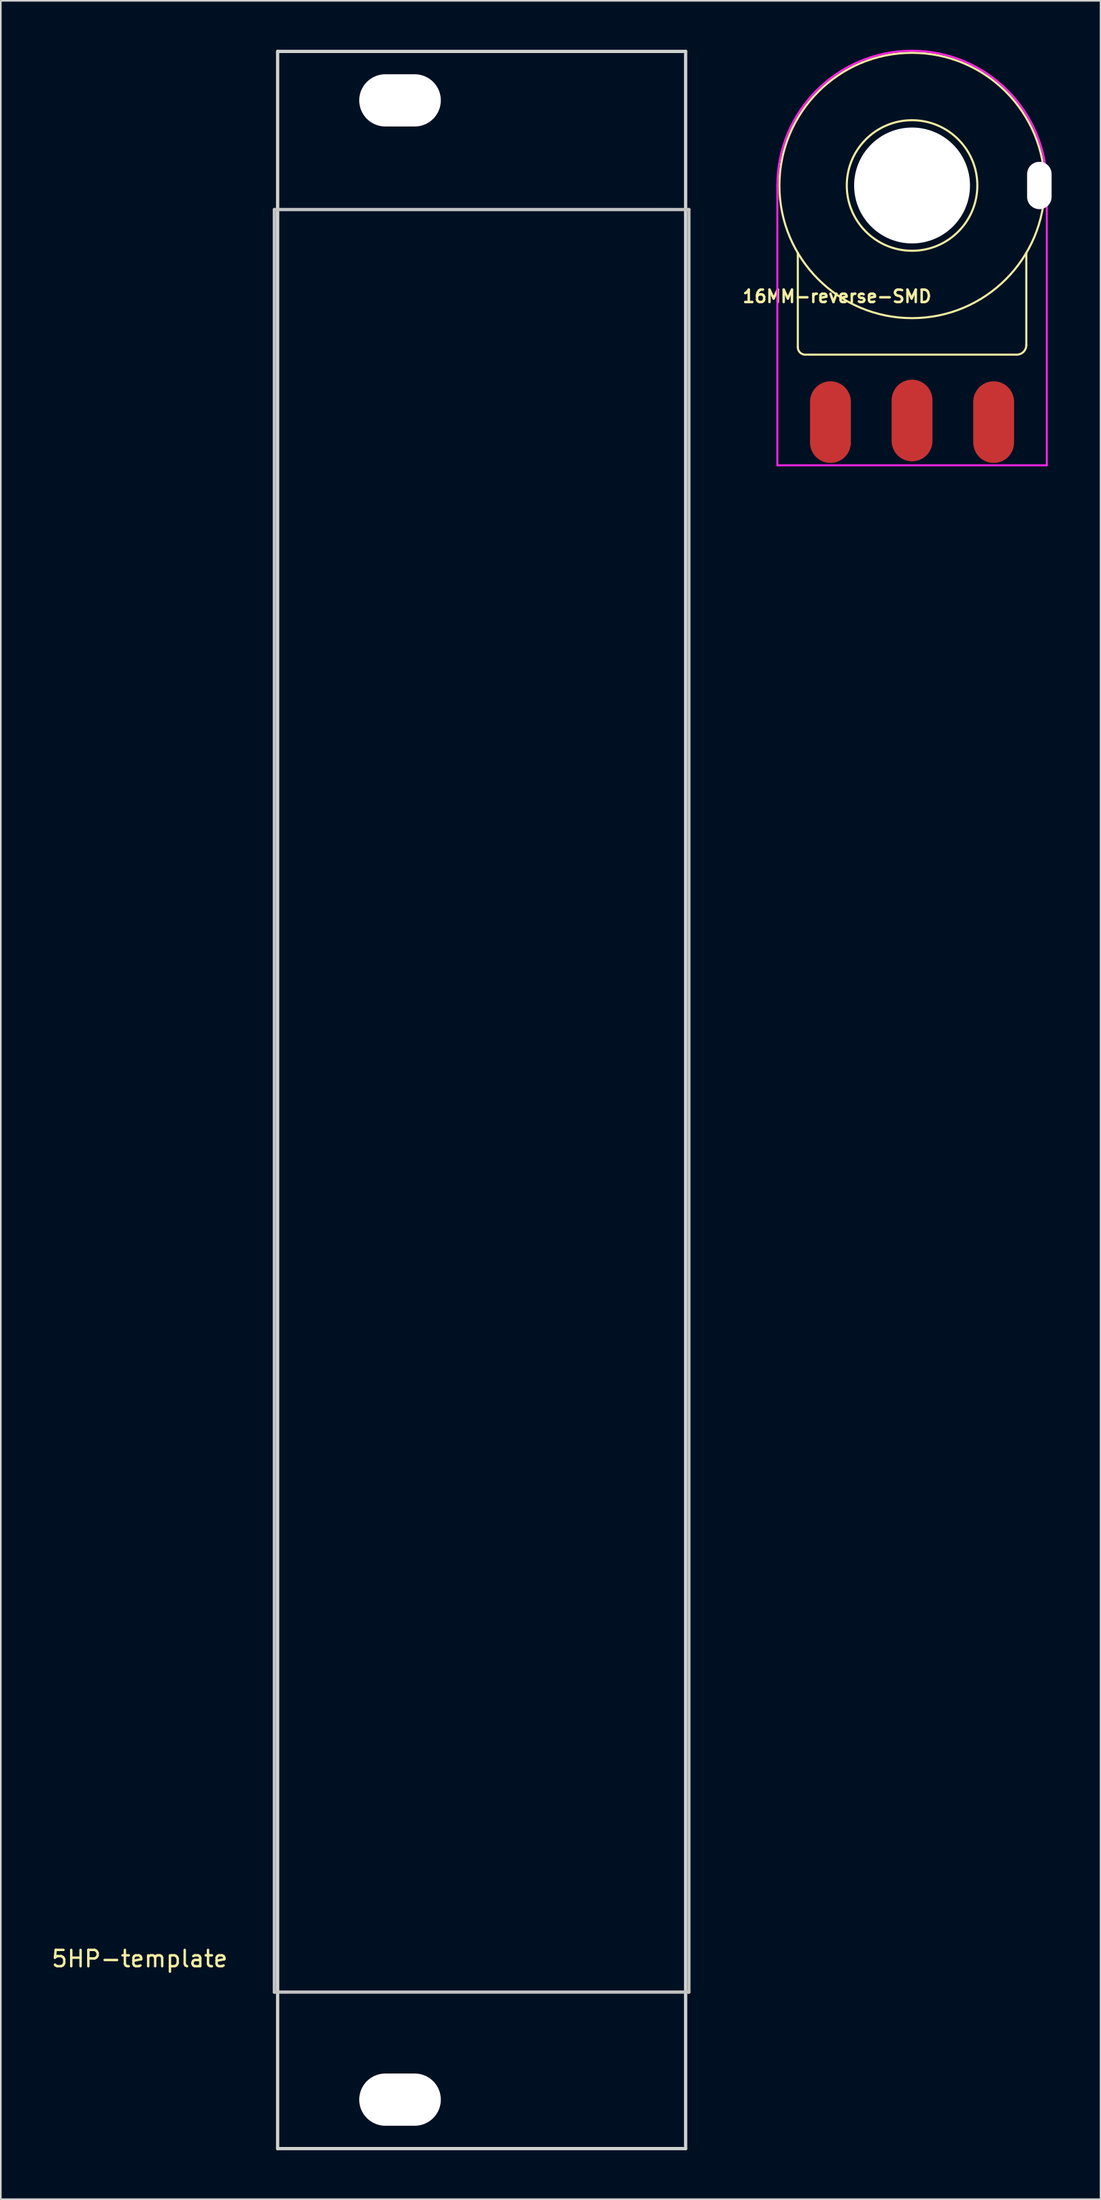
<source format=kicad_pcb>
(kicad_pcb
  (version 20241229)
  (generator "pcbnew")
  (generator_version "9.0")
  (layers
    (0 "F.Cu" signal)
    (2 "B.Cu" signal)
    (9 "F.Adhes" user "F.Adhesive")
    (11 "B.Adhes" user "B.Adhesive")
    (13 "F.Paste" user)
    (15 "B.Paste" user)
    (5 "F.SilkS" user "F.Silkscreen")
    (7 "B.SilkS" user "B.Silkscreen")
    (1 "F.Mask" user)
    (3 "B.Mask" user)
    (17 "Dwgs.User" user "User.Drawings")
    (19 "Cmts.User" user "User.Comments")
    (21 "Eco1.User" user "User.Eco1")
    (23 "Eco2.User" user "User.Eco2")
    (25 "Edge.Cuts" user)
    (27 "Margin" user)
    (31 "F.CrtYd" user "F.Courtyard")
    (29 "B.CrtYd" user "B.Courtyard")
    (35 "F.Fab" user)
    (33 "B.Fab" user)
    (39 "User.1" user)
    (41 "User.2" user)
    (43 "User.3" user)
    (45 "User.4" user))
  (footprint "5HP-template"
    (layer "F.Cu")
    (at 13.761 119.01)
    (property "Reference" "5HP-template" (at -8.255 -2.04 0) (layer "F.SilkS") (effects (font (size 1 1) (thickness 0.15))))
    (attr through_hole)
    (fp_line (start 0 -109.22) (end 25.4 -109.22) (stroke (width 0.2) (type solid)) (layer "Dwgs.User"))
    (fp_line (start 0 0.000002) (end 0 -109.22) (stroke (width 0.2) (type solid)) (layer "Dwgs.User"))
    (fp_line (start 25.4 -109.22) (end 25.4 0.000002) (stroke (width 0.2) (type solid)) (layer "Dwgs.User"))
    (fp_line (start 25.4 0.000002) (end 0 0.000002) (stroke (width 0.2) (type solid)) (layer "Dwgs.User"))
    (fp_line (start 0.2 -118.91) (end 25.2 -118.91) (stroke (width 0.2) (type solid)) (layer "Edge.Cuts"))
    (fp_line (start 0.2 9.59) (end 0.2 -118.91) (stroke (width 0.2) (type solid)) (layer "Edge.Cuts"))
    (fp_line (start 25.2 -118.91) (end 25.2 9.59) (stroke (width 0.2) (type solid)) (layer "Edge.Cuts"))
    (fp_line (start 25.2 9.59) (end 0.2 9.59) (stroke (width 0.2) (type solid)) (layer "Edge.Cuts"))
    (pad "" np_thru_hole oval (at 7.7 -115.91) (size 5 3.2) (drill oval 5 3.2) (layers "*.Cu" "*.Mask"))
    (pad "" np_thru_hole oval (at 7.7 6.59) (size 5 3.2) (drill oval 5 3.2) (layers "*.Cu" "*.Mask")))
  (footprint "16MM-reverse-SMD"
    (layer "F.Cu")
    (at 52.835 8.315)
    (property "Reference" "16MM-reverse-SMD" (at 1.27 6.35 0) (layer "F.SilkS") (effects (font (size 0.762 0.762) (thickness 0.152)) (justify right top)))
    (attr through_hole)
    (fp_line (start -7 4.127) (end -7 9.912) (stroke (width 0.127) (type solid)) (layer "F.SilkS"))
    (fp_line (start -6.547 10.365) (end 6.42 10.365) (stroke (width 0.127) (type solid)) (layer "F.SilkS"))
    (fp_line (start 7 9.785) (end 7 4.127) (stroke (width 0.127) (type solid)) (layer "F.SilkS"))
    (fp_arc (start -6.546894 10.365) (mid -6.867288 10.232288) (end -7 9.911894) (stroke (width 0.127) (type solid)) (layer "F.SilkS"))
    (fp_arc (start 7 9.784894) (mid 6.830091 10.195091) (end 6.419894 10.365) (stroke (width 0.127) (type solid)) (layer "F.SilkS"))
    (fp_circle (center 0 0) (end 4 0) (stroke (width 0.127) (type solid)) (fill no) (layer "F.SilkS"))
    (fp_circle (center 0 0) (end 8.128 0) (stroke (width 0.127) (type solid)) (fill no) (layer "F.SilkS"))
    (fp_line (start -8.255 0) (end -8.255 17.145) (stroke (width 0.12) (type solid)) (layer "F.CrtYd"))
    (fp_line (start -8.255 17.145) (end 8.255 17.145) (stroke (width 0.12) (type solid)) (layer "F.CrtYd"))
    (fp_line (start 8.255 17.145) (end 8.255 0) (stroke (width 0.12) (type solid)) (layer "F.CrtYd"))
    (fp_arc (start -8.255 0) (mid 0 -8.255) (end 8.255 0) (stroke (width 0.12) (type solid)) (layer "F.CrtYd"))
    (pad "" np_thru_hole circle (at 0 0) (size 7.1 7.1) (drill 7.1) (layers "*.Cu" "*.Mask"))
    (pad "" np_thru_hole oval (at 7.8 0) (size 1.5 2.9) (drill oval 1.5 2.9) (layers "*.Cu" "*.Mask"))
    (pad "1" smd oval (at 5 14.5 90) (size 5 2.5) (layers "F.Cu" "F.Mask" "F.Paste"))
    (pad "2" smd oval (at 0 14.4 90) (size 5 2.5) (layers "F.Cu" "F.Mask" "F.Paste"))
    (pad "3" smd oval (at -5 14.5 90) (size 5 2.5) (layers "F.Cu" "F.Mask" "F.Paste")))
  (gr_rect
    (start -3 -3)
    (end 64.385 131.7)
    (stroke (width 0.1) (type default))
    (fill no)
    (layer "Edge.Cuts")))
</source>
